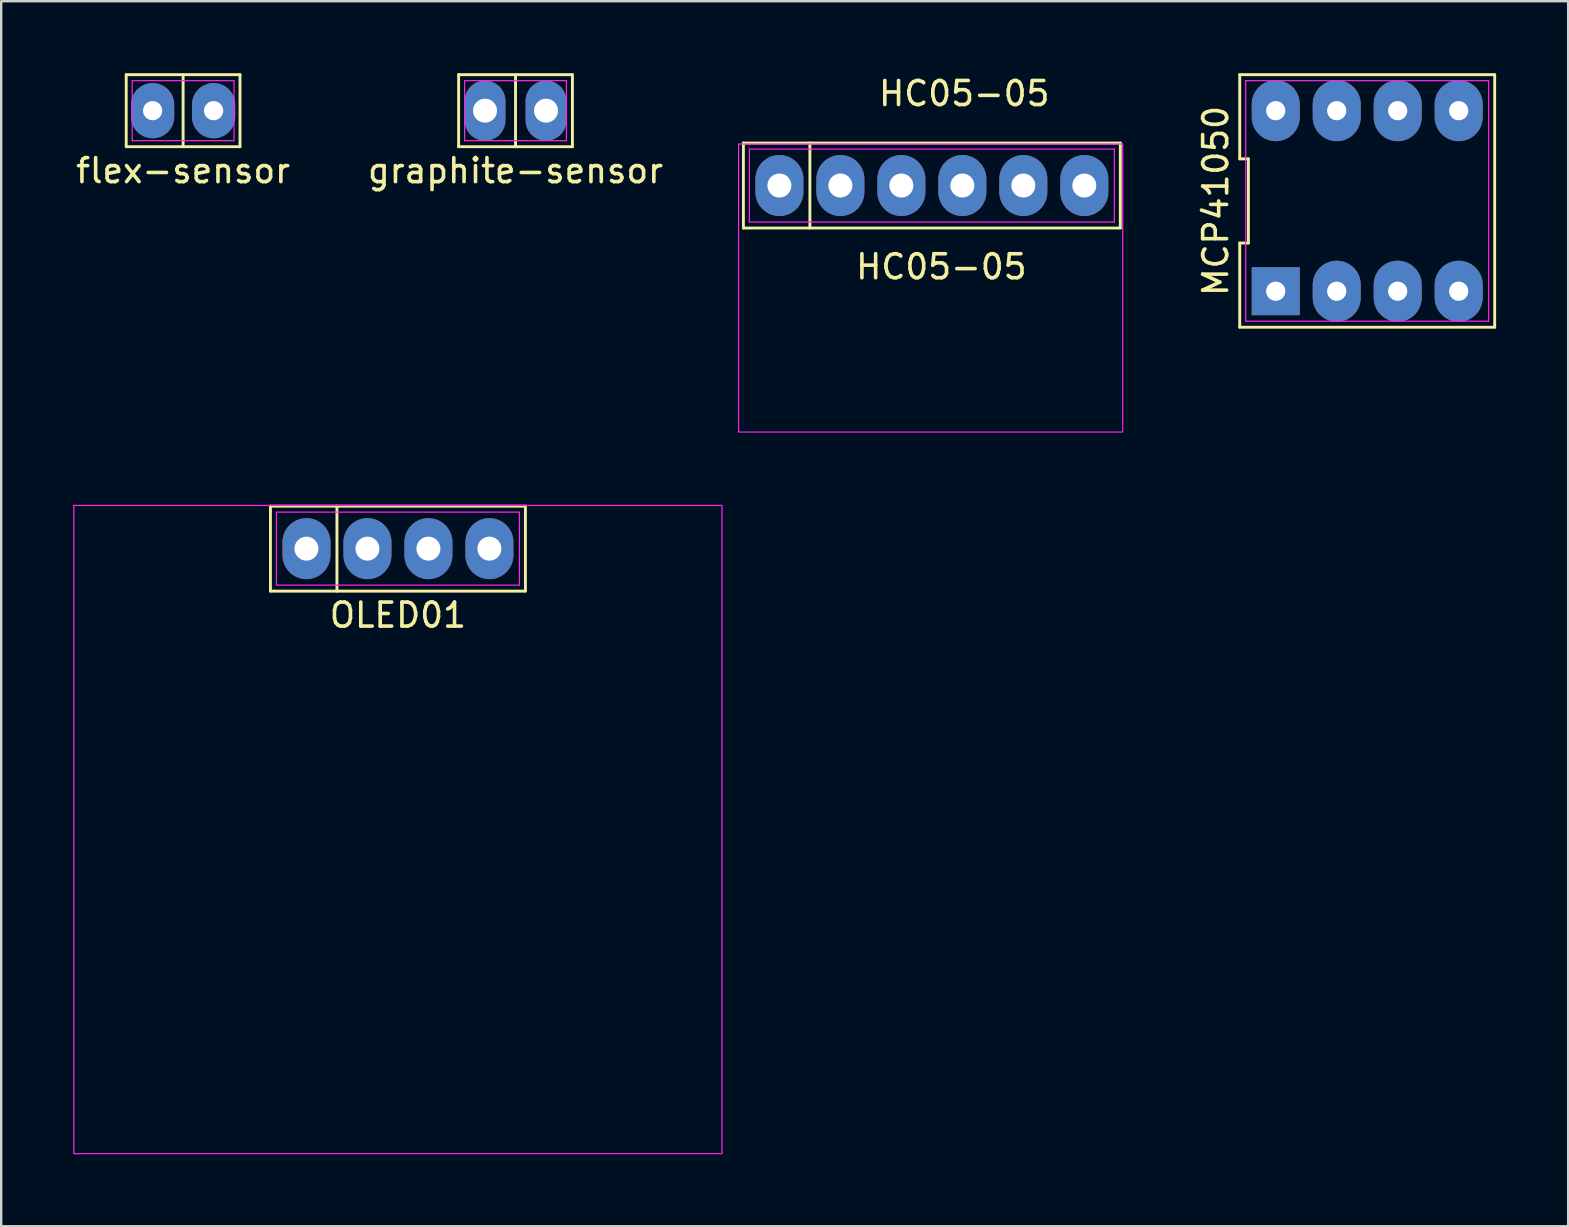
<source format=kicad_pcb>
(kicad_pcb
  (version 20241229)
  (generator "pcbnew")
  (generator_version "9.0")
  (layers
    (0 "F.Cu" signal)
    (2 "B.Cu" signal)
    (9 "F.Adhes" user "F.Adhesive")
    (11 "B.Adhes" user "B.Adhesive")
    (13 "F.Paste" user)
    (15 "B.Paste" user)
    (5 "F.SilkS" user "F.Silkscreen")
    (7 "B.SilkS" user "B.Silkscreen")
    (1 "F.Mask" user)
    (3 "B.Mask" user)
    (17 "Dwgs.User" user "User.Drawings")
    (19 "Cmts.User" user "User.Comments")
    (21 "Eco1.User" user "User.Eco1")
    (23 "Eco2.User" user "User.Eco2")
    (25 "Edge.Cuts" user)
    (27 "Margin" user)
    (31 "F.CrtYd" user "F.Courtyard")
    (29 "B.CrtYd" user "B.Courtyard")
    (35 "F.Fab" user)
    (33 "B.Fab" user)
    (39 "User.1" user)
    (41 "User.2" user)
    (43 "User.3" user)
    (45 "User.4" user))
  (footprint "flex-sensor"
    (layer "F.Cu")
    (at 4.577 1.56)
    (property "Reference" "flex-sensor" (at 0 2.5 0) (layer "F.SilkS") (effects (font (size 1 1) (thickness 0.15))))
    (attr through_hole)
    (fp_line (start -2.37 -1.5) (end 2.37 -1.5) (stroke (width 0.12) (type default)) (layer "F.SilkS"))
    (fp_line (start -2.37 1.5) (end -2.37 -1.5) (stroke (width 0.12) (type default)) (layer "F.SilkS"))
    (fp_line (start 0 -1.5) (end 0 1.5) (stroke (width 0.12) (type default)) (layer "F.SilkS"))
    (fp_line (start 2.37 -1.5) (end 2.37 1.5) (stroke (width 0.12) (type default)) (layer "F.SilkS"))
    (fp_line (start 2.37 1.5) (end -2.37 1.5) (stroke (width 0.12) (type default)) (layer "F.SilkS"))
    (fp_line (start -2.12 -1.25) (end 2.12 -1.25) (stroke (width 0.05) (type default)) (layer "F.CrtYd"))
    (fp_line (start -2.12 1.25) (end -2.12 -1.25) (stroke (width 0.05) (type default)) (layer "F.CrtYd"))
    (fp_line (start 2.12 -1.25) (end 2.12 1.25) (stroke (width 0.05) (type default)) (layer "F.CrtYd"))
    (fp_line (start 2.12 1.25) (end -2.12 1.25) (stroke (width 0.05) (type default)) (layer "F.CrtYd"))
    (pad "1" thru_hole oval (at -1.27 0) (size 1.8 2.3) (drill 0.8) (layers "*.Cu" "*.Mask"))
    (pad "2" thru_hole oval (at 1.27 0) (size 1.8 2.3) (drill 0.8) (layers "*.Cu" "*.Mask")))
  (footprint "HC05-05"
    (layer "F.Cu")
    (at 35.115 3.448)
    (property "Reference" "HC05-05" (at 2 -2.6 0) (layer "F.SilkS") (effects (font (size 1 1) (thickness 0.15))))
    (attr through_hole)
    (fp_line (start -7.2 -0.54) (end 8.5 -0.54) (stroke (width 0.12) (type default)) (layer "F.SilkS"))
    (fp_line (start -7.2 3) (end -7.2 -0.54) (stroke (width 0.12) (type default)) (layer "F.SilkS"))
    (fp_line (start -4.43 -0.54) (end -4.43 3) (stroke (width 0.12) (type default)) (layer "F.SilkS"))
    (fp_line (start 8.5 -0.54) (end 8.5 3) (stroke (width 0.12) (type default)) (layer "F.SilkS"))
    (fp_line (start 8.5 3) (end -7.2 3) (stroke (width 0.12) (type default)) (layer "F.SilkS"))
    (fp_line (start -6.95 -0.29) (end 8.25 -0.29) (stroke (width 0.05) (type default)) (layer "F.CrtYd"))
    (fp_line (start -6.95 2.75) (end -6.95 -0.29) (stroke (width 0.05) (type default)) (layer "F.CrtYd"))
    (fp_line (start 8.25 -0.29) (end 8.25 2.75) (stroke (width 0.05) (type default)) (layer "F.CrtYd"))
    (fp_line (start 8.25 2.75) (end -6.95 2.75) (stroke (width 0.05) (type default)) (layer "F.CrtYd"))
    (fp_rect (start -7.4 -0.5) (end 8.6 11.5) (stroke (width 0.05) (type default)) (fill no) (layer "F.CrtYd"))
    (fp_text user "HC05-05" (at -2.6 5.2 0) (unlocked yes) (layer "F.SilkS") (effects (font (size 1 1) (thickness 0.15)) (justify left bottom)))
    (pad "1" thru_hole oval (at -5.7 1.23) (size 2 2.54) (drill 1) (layers "*.Cu" "*.Mask"))
    (pad "2" thru_hole oval (at -3.16 1.23) (size 2 2.54) (drill 1) (layers "*.Cu" "*.Mask"))
    (pad "3" thru_hole oval (at -0.62 1.23) (size 2 2.54) (drill 1) (layers "*.Cu" "*.Mask"))
    (pad "4" thru_hole oval (at 1.92 1.23) (size 2 2.54) (drill 1) (layers "*.Cu" "*.Mask"))
    (pad "5" thru_hole oval (at 4.46 1.23) (size 2 2.54) (drill 1) (layers "*.Cu" "*.Mask"))
    (pad "6" thru_hole oval (at 7 1.23) (size 2 2.54) (drill 1) (layers "*.Cu" "*.Mask")))
  (footprint "MCP41050"
    (layer "F.Cu")
    (at 53.899 5.32)
    (property "Reference" "MCP41050" (at -6.31 0 90) (layer "F.SilkS") (effects (font (size 1 1) (thickness 0.15))))
    (attr through_hole)
    (fp_line (start -5.31 -5.26) (end -5.31 -1.753) (stroke (width 0.12) (type default)) (layer "F.SilkS"))
    (fp_line (start -5.31 -1.753) (end -4.95 -1.753) (stroke (width 0.12) (type default)) (layer "F.SilkS"))
    (fp_line (start -5.31 1.753) (end -5.31 5.26) (stroke (width 0.12) (type default)) (layer "F.SilkS"))
    (fp_line (start -5.31 5.26) (end 5.31 5.26) (stroke (width 0.12) (type default)) (layer "F.SilkS"))
    (fp_line (start -4.95 -1.753) (end -4.95 1.753) (stroke (width 0.12) (type default)) (layer "F.SilkS"))
    (fp_line (start -4.95 1.753) (end -5.31 1.753) (stroke (width 0.12) (type default)) (layer "F.SilkS"))
    (fp_line (start 5.31 -5.26) (end -5.31 -5.26) (stroke (width 0.12) (type default)) (layer "F.SilkS"))
    (fp_line (start 5.31 5.26) (end 5.31 -5.26) (stroke (width 0.12) (type default)) (layer "F.SilkS"))
    (fp_line (start -5.06 -5.01) (end 5.06 -5.01) (stroke (width 0.05) (type default)) (layer "F.CrtYd"))
    (fp_line (start -5.06 5.01) (end -5.06 -5.01) (stroke (width 0.05) (type default)) (layer "F.CrtYd"))
    (fp_line (start 5.06 -5.01) (end 5.06 5.01) (stroke (width 0.05) (type default)) (layer "F.CrtYd"))
    (fp_line (start 5.06 5.01) (end -5.06 5.01) (stroke (width 0.05) (type default)) (layer "F.CrtYd"))
    (pad "1" thru_hole rect (at -3.81 3.76) (size 2 2) (drill 0.8) (layers "*.Cu" "*.Mask"))
    (pad "2" thru_hole oval (at -1.27 3.76) (size 2 2.54) (drill 0.8) (layers "*.Cu" "*.Mask"))
    (pad "3" thru_hole oval (at 1.27 3.76) (size 2 2.54) (drill 0.8) (layers "*.Cu" "*.Mask"))
    (pad "4" thru_hole oval (at 3.81 3.76) (size 2 2.54) (drill 0.8) (layers "*.Cu" "*.Mask"))
    (pad "5" thru_hole oval (at 3.81 -3.76) (size 2 2.54) (drill 0.8) (layers "*.Cu" "*.Mask"))
    (pad "6" thru_hole oval (at 1.27 -3.76) (size 2 2.54) (drill 0.8) (layers "*.Cu" "*.Mask"))
    (pad "7" thru_hole oval (at -1.27 -3.76) (size 2 2.54) (drill 0.8) (layers "*.Cu" "*.Mask"))
    (pad "8" thru_hole oval (at -3.81 -3.76) (size 2 2.54) (drill 0.8) (layers "*.Cu" "*.Mask")))
  (footprint "graphite-sensor"
    (layer "F.Cu")
    (at 18.423 1.56)
    (property "Reference" "graphite-sensor" (at 0 2.5 0) (layer "F.SilkS") (effects (font (size 1 1) (thickness 0.15))))
    (attr through_hole)
    (fp_line (start -2.37 -1.5) (end 2.37 -1.5) (stroke (width 0.12) (type default)) (layer "F.SilkS"))
    (fp_line (start -2.37 1.5) (end -2.37 -1.5) (stroke (width 0.12) (type default)) (layer "F.SilkS"))
    (fp_line (start 0 -1.5) (end 0 1.5) (stroke (width 0.12) (type default)) (layer "F.SilkS"))
    (fp_line (start 2.37 -1.5) (end 2.37 1.5) (stroke (width 0.12) (type default)) (layer "F.SilkS"))
    (fp_line (start 2.37 1.5) (end -2.37 1.5) (stroke (width 0.12) (type default)) (layer "F.SilkS"))
    (fp_line (start -2.12 -1.25) (end 2.12 -1.25) (stroke (width 0.05) (type default)) (layer "F.CrtYd"))
    (fp_line (start -2.12 1.25) (end -2.12 -1.25) (stroke (width 0.05) (type default)) (layer "F.CrtYd"))
    (fp_line (start 2.12 -1.25) (end 2.12 1.25) (stroke (width 0.05) (type default)) (layer "F.CrtYd"))
    (fp_line (start 2.12 1.25) (end -2.12 1.25) (stroke (width 0.05) (type default)) (layer "F.CrtYd"))
    (pad "1" thru_hole oval (at -1.27 0) (size 1.7 2.5) (drill 1) (layers "*.Cu" "*.Mask"))
    (pad "2" thru_hole oval (at 1.27 0) (size 1.7 2.5) (drill 1) (layers "*.Cu" "*.Mask")))
  (footprint "OLED01"
    (layer "F.Cu")
    (at 13.525 19.803)
    (property "Reference" "OLED01" (at 0 2.77 0) (layer "F.SilkS") (effects (font (size 1 1) (thickness 0.15))))
    (attr through_hole)
    (fp_line (start -5.31 -1.77) (end 5.31 -1.77) (stroke (width 0.12) (type default)) (layer "F.SilkS"))
    (fp_line (start -5.31 1.77) (end -5.31 -1.77) (stroke (width 0.12) (type default)) (layer "F.SilkS"))
    (fp_line (start -2.54 -1.77) (end -2.54 1.77) (stroke (width 0.12) (type default)) (layer "F.SilkS"))
    (fp_line (start 5.31 -1.77) (end 5.31 1.77) (stroke (width 0.12) (type default)) (layer "F.SilkS"))
    (fp_line (start 5.31 1.77) (end -5.31 1.77) (stroke (width 0.12) (type default)) (layer "F.SilkS"))
    (fp_line (start -5.06 -1.52) (end 5.06 -1.52) (stroke (width 0.05) (type default)) (layer "F.CrtYd"))
    (fp_line (start -5.06 1.52) (end -5.06 -1.52) (stroke (width 0.05) (type default)) (layer "F.CrtYd"))
    (fp_line (start 5.06 -1.52) (end 5.06 1.52) (stroke (width 0.05) (type default)) (layer "F.CrtYd"))
    (fp_line (start 5.06 1.52) (end -5.06 1.52) (stroke (width 0.05) (type default)) (layer "F.CrtYd"))
    (fp_rect (start -13.5 -1.8) (end 13.5 25.2) (stroke (width 0.05) (type default)) (fill no) (layer "F.CrtYd"))
    (pad "1" thru_hole oval (at -3.81 0) (size 2 2.54) (drill 1) (layers "*.Cu" "*.Mask"))
    (pad "2" thru_hole oval (at -1.27 0) (size 2 2.54) (drill 1) (layers "*.Cu" "*.Mask"))
    (pad "3" thru_hole oval (at 1.27 0) (size 2 2.54) (drill 1) (layers "*.Cu" "*.Mask"))
    (pad "4" thru_hole oval (at 3.81 0) (size 2 2.54) (drill 1) (layers "*.Cu" "*.Mask")))
  (gr_rect
    (start -3 -3)
    (end 62.269 48.028)
    (stroke (width 0.1) (type default))
    (fill no)
    (layer "Edge.Cuts")))
</source>
